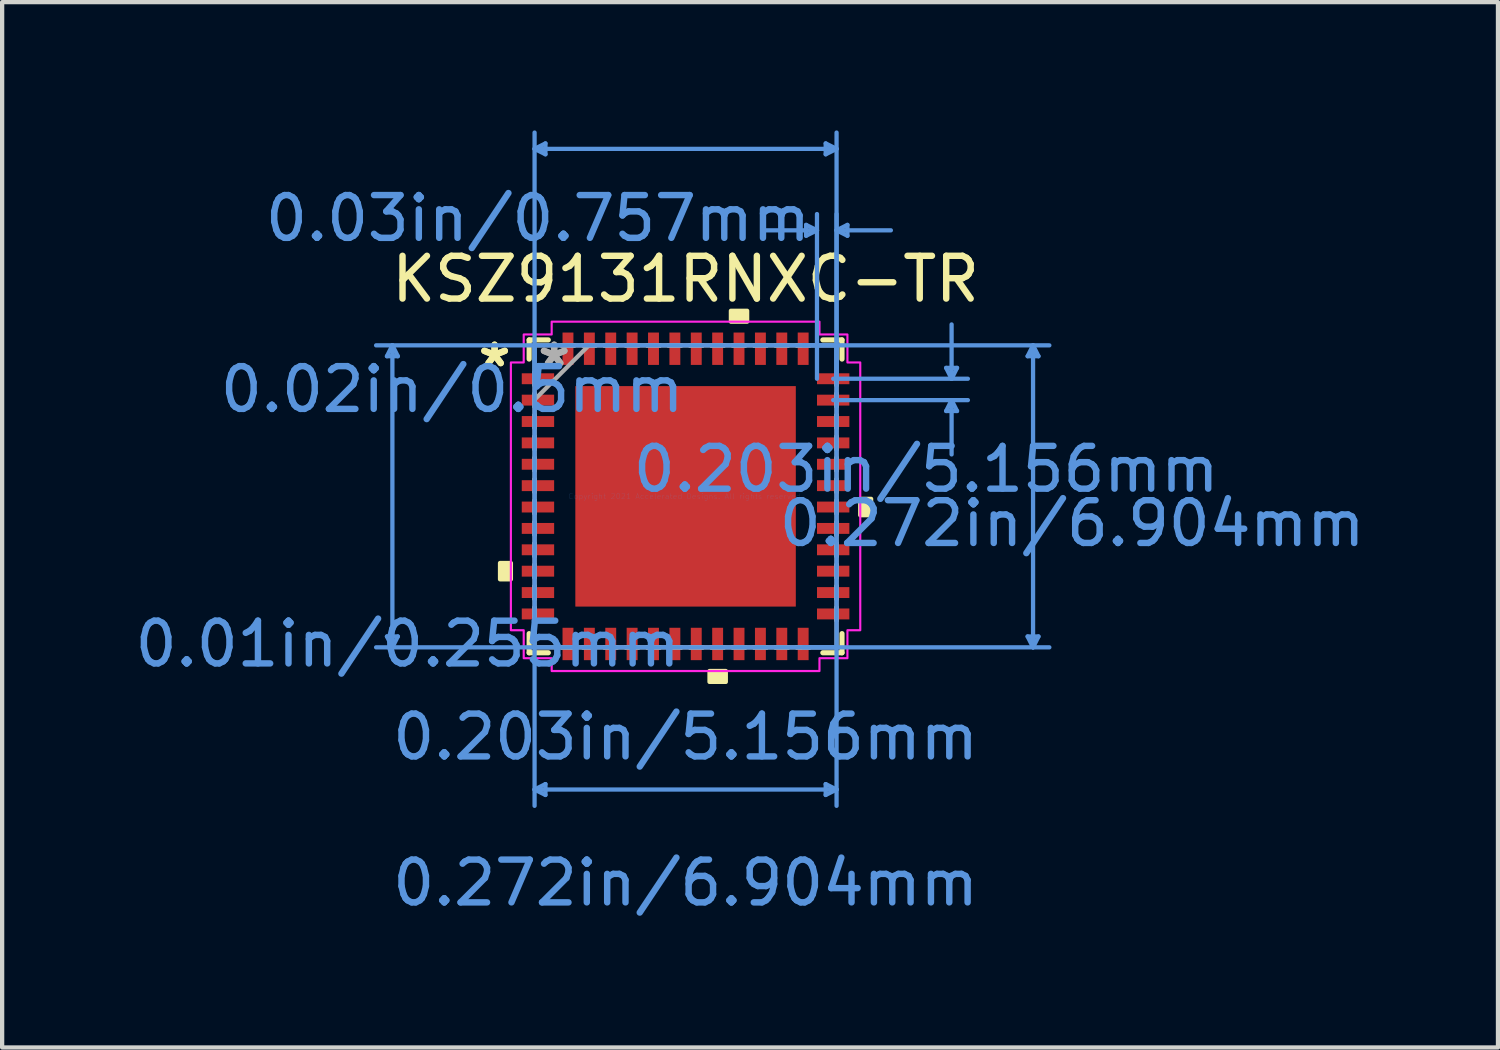
<source format=kicad_pcb>
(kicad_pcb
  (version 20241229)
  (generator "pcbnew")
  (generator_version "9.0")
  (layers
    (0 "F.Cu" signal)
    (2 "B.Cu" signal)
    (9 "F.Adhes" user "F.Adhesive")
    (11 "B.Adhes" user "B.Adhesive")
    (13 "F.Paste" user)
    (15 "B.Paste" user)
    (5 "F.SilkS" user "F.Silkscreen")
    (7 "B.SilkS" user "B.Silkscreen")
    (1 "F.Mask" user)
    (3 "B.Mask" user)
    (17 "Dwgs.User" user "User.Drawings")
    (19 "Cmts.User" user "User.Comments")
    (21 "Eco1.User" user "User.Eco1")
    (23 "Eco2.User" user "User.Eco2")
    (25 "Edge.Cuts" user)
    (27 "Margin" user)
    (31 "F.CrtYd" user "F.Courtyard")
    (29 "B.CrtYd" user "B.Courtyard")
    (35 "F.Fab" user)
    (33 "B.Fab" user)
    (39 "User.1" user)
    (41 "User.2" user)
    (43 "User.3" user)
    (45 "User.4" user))
  (footprint "KSZ9131RNXC-TR"
    (layer "F.Cu")
    (at 12.982 8.557)
    (property "Reference" "KSZ9131RNXC-TR" (at 0 -5.08 0) (layer "F.SilkS") (effects (font (size 1 1) (thickness 0.15))))
    (attr smd)
    (fp_line (start -3.658 -3.658) (end -3.658 -3.21) (stroke (width 0.12) (type solid)) (layer "F.SilkS"))
    (fp_line (start -3.658 3.21) (end -3.658 3.658) (stroke (width 0.12) (type solid)) (layer "F.SilkS"))
    (fp_line (start -3.658 3.658) (end -3.21 3.658) (stroke (width 0.12) (type solid)) (layer "F.SilkS"))
    (fp_line (start -3.21 -3.658) (end -3.658 -3.658) (stroke (width 0.12) (type solid)) (layer "F.SilkS"))
    (fp_line (start 3.21 3.658) (end 3.658 3.658) (stroke (width 0.12) (type solid)) (layer "F.SilkS"))
    (fp_line (start 3.658 -3.658) (end 3.21 -3.658) (stroke (width 0.12) (type solid)) (layer "F.SilkS"))
    (fp_line (start 3.658 -3.21) (end 3.658 -3.658) (stroke (width 0.12) (type solid)) (layer "F.SilkS"))
    (fp_line (start 3.658 3.658) (end 3.658 3.21) (stroke (width 0.12) (type solid)) (layer "F.SilkS"))
    (fp_poly (pts (xy -4.339 1.559) (xy -4.339 1.94) (xy -4.085 1.94) (xy -4.085 1.559)) (stroke (width 0.1) (type solid)) (fill yes) (layer "F.SilkS"))
    (fp_poly (pts (xy 0.56 4.085) (xy 0.56 4.339) (xy 0.941 4.339) (xy 0.941 4.085)) (stroke (width 0.1) (type solid)) (fill yes) (layer "F.SilkS"))
    (fp_poly (pts (xy 1.06 -4.085) (xy 1.06 -4.339) (xy 1.44 -4.339) (xy 1.44 -4.085)) (stroke (width 0.1) (type solid)) (fill yes) (layer "F.SilkS"))
    (fp_poly (pts (xy 4.339 0.059) (xy 4.339 0.441) (xy 4.085 0.441) (xy 4.085 0.059)) (stroke (width 0.1) (type solid)) (fill yes) (layer "F.SilkS"))
    (fp_poly (pts (xy -2.478 -2.478) (xy -2.478 -1.389) (xy -1.389 -1.389) (xy -1.389 -2.478)) (stroke (width 0.1) (type solid)) (fill yes) (layer "F.Paste"))
    (fp_poly (pts (xy -2.478 -1.189) (xy -2.478 -0.1) (xy -1.389 -0.1) (xy -1.389 -1.189)) (stroke (width 0.1) (type solid)) (fill yes) (layer "F.Paste"))
    (fp_poly (pts (xy -2.478 0.1) (xy -2.478 1.189) (xy -1.389 1.189) (xy -1.389 0.1)) (stroke (width 0.1) (type solid)) (fill yes) (layer "F.Paste"))
    (fp_poly (pts (xy -2.478 1.389) (xy -2.478 2.478) (xy -1.389 2.478) (xy -1.389 1.389)) (stroke (width 0.1) (type solid)) (fill yes) (layer "F.Paste"))
    (fp_poly (pts (xy -1.189 -2.478) (xy -1.189 -1.389) (xy -0.1 -1.389) (xy -0.1 -2.478)) (stroke (width 0.1) (type solid)) (fill yes) (layer "F.Paste"))
    (fp_poly (pts (xy -1.189 -1.189) (xy -1.189 -0.1) (xy -0.1 -0.1) (xy -0.1 -1.189)) (stroke (width 0.1) (type solid)) (fill yes) (layer "F.Paste"))
    (fp_poly (pts (xy -1.189 0.1) (xy -1.189 1.189) (xy -0.1 1.189) (xy -0.1 0.1)) (stroke (width 0.1) (type solid)) (fill yes) (layer "F.Paste"))
    (fp_poly (pts (xy -1.189 1.389) (xy -1.189 2.478) (xy -0.1 2.478) (xy -0.1 1.389)) (stroke (width 0.1) (type solid)) (fill yes) (layer "F.Paste"))
    (fp_poly (pts (xy 0.1 -2.478) (xy 0.1 -1.389) (xy 1.189 -1.389) (xy 1.189 -2.478)) (stroke (width 0.1) (type solid)) (fill yes) (layer "F.Paste"))
    (fp_poly (pts (xy 0.1 -1.189) (xy 0.1 -0.1) (xy 1.189 -0.1) (xy 1.189 -1.189)) (stroke (width 0.1) (type solid)) (fill yes) (layer "F.Paste"))
    (fp_poly (pts (xy 0.1 0.1) (xy 0.1 1.189) (xy 1.189 1.189) (xy 1.189 0.1)) (stroke (width 0.1) (type solid)) (fill yes) (layer "F.Paste"))
    (fp_poly (pts (xy 0.1 1.389) (xy 0.1 2.478) (xy 1.189 2.478) (xy 1.189 1.389)) (stroke (width 0.1) (type solid)) (fill yes) (layer "F.Paste"))
    (fp_poly (pts (xy 1.389 -2.478) (xy 1.389 -1.389) (xy 2.478 -1.389) (xy 2.478 -2.478)) (stroke (width 0.1) (type solid)) (fill yes) (layer "F.Paste"))
    (fp_poly (pts (xy 1.389 -1.189) (xy 1.389 -0.1) (xy 2.478 -0.1) (xy 2.478 -1.189)) (stroke (width 0.1) (type solid)) (fill yes) (layer "F.Paste"))
    (fp_poly (pts (xy 1.389 0.1) (xy 1.389 1.189) (xy 2.478 1.189) (xy 2.478 0.1)) (stroke (width 0.1) (type solid)) (fill yes) (layer "F.Paste"))
    (fp_poly (pts (xy 1.389 1.389) (xy 1.389 2.478) (xy 2.478 2.478) (xy 2.478 1.389)) (stroke (width 0.1) (type solid)) (fill yes) (layer "F.Paste"))
    (fp_line (start -6.983 -3.277) (end -6.729 -3.277) (stroke (width 0.1) (type solid)) (layer "Cmts.User"))
    (fp_line (start -6.983 3.277) (end -6.729 3.277) (stroke (width 0.1) (type solid)) (layer "Cmts.User"))
    (fp_line (start -6.856 -3.531) (end -6.983 -3.277) (stroke (width 0.1) (type solid)) (layer "Cmts.User"))
    (fp_line (start -6.856 -3.531) (end -6.856 3.531) (stroke (width 0.1) (type solid)) (layer "Cmts.User"))
    (fp_line (start -6.856 -3.531) (end -6.729 -3.277) (stroke (width 0.1) (type solid)) (layer "Cmts.User"))
    (fp_line (start -6.856 3.531) (end -6.983 3.277) (stroke (width 0.1) (type solid)) (layer "Cmts.User"))
    (fp_line (start -6.856 3.531) (end -6.729 3.277) (stroke (width 0.1) (type solid)) (layer "Cmts.User"))
    (fp_line (start -3.531 -8.126) (end -3.277 -8.253) (stroke (width 0.1) (type solid)) (layer "Cmts.User"))
    (fp_line (start -3.531 -8.126) (end -3.277 -7.999) (stroke (width 0.1) (type solid)) (layer "Cmts.User"))
    (fp_line (start -3.531 -8.126) (end 3.531 -8.126) (stroke (width 0.1) (type solid)) (layer "Cmts.User"))
    (fp_line (start -3.531 -3.531) (end -3.531 7.237) (stroke (width 0.1) (type solid)) (layer "Cmts.User"))
    (fp_line (start -3.531 -2.75) (end -3.531 -8.507) (stroke (width 0.1) (type solid)) (layer "Cmts.User"))
    (fp_line (start -3.531 6.856) (end -3.277 6.729) (stroke (width 0.1) (type solid)) (layer "Cmts.User"))
    (fp_line (start -3.531 6.856) (end -3.277 6.983) (stroke (width 0.1) (type solid)) (layer "Cmts.User"))
    (fp_line (start -3.531 6.856) (end 3.531 6.856) (stroke (width 0.1) (type solid)) (layer "Cmts.User"))
    (fp_line (start -3.277 -8.253) (end -3.277 -7.999) (stroke (width 0.1) (type solid)) (layer "Cmts.User"))
    (fp_line (start -3.277 6.729) (end -3.277 6.983) (stroke (width 0.1) (type solid)) (layer "Cmts.User"))
    (fp_line (start 2.75 -3.531) (end 8.507 -3.531) (stroke (width 0.1) (type solid)) (layer "Cmts.User"))
    (fp_line (start 2.75 3.531) (end 8.507 3.531) (stroke (width 0.1) (type solid)) (layer "Cmts.User"))
    (fp_line (start 2.819 -6.348) (end 2.819 -6.094) (stroke (width 0.1) (type solid)) (layer "Cmts.User"))
    (fp_line (start 3.073 -6.221) (end 1.803 -6.221) (stroke (width 0.1) (type solid)) (layer "Cmts.User"))
    (fp_line (start 3.073 -6.221) (end 2.819 -6.348) (stroke (width 0.1) (type solid)) (layer "Cmts.User"))
    (fp_line (start 3.073 -6.221) (end 2.819 -6.094) (stroke (width 0.1) (type solid)) (layer "Cmts.User"))
    (fp_line (start 3.073 -2.75) (end 3.073 -6.602) (stroke (width 0.1) (type solid)) (layer "Cmts.User"))
    (fp_line (start 3.277 -8.253) (end 3.277 -7.999) (stroke (width 0.1) (type solid)) (layer "Cmts.User"))
    (fp_line (start 3.277 6.729) (end 3.277 6.983) (stroke (width 0.1) (type solid)) (layer "Cmts.User"))
    (fp_line (start 3.452 -2.75) (end 6.602 -2.75) (stroke (width 0.1) (type solid)) (layer "Cmts.User"))
    (fp_line (start 3.452 -2.25) (end 6.602 -2.25) (stroke (width 0.1) (type solid)) (layer "Cmts.User"))
    (fp_line (start 3.531 -8.126) (end 3.277 -8.253) (stroke (width 0.1) (type solid)) (layer "Cmts.User"))
    (fp_line (start 3.531 -8.126) (end 3.277 -7.999) (stroke (width 0.1) (type solid)) (layer "Cmts.User"))
    (fp_line (start 3.531 -6.221) (end 3.785 -6.348) (stroke (width 0.1) (type solid)) (layer "Cmts.User"))
    (fp_line (start 3.531 -6.221) (end 3.785 -6.094) (stroke (width 0.1) (type solid)) (layer "Cmts.User"))
    (fp_line (start 3.531 -6.221) (end 4.801 -6.221) (stroke (width 0.1) (type solid)) (layer "Cmts.User"))
    (fp_line (start 3.531 -3.531) (end -7.237 -3.531) (stroke (width 0.1) (type solid)) (layer "Cmts.User"))
    (fp_line (start 3.531 -3.531) (end 3.531 7.237) (stroke (width 0.1) (type solid)) (layer "Cmts.User"))
    (fp_line (start 3.531 -2.75) (end 3.531 -8.507) (stroke (width 0.1) (type solid)) (layer "Cmts.User"))
    (fp_line (start 3.531 -2.75) (end 3.531 -6.602) (stroke (width 0.1) (type solid)) (layer "Cmts.User"))
    (fp_line (start 3.531 3.531) (end -7.237 3.531) (stroke (width 0.1) (type solid)) (layer "Cmts.User"))
    (fp_line (start 3.531 6.856) (end 3.277 6.729) (stroke (width 0.1) (type solid)) (layer "Cmts.User"))
    (fp_line (start 3.531 6.856) (end 3.277 6.983) (stroke (width 0.1) (type solid)) (layer "Cmts.User"))
    (fp_line (start 3.785 -6.348) (end 3.785 -6.094) (stroke (width 0.1) (type solid)) (layer "Cmts.User"))
    (fp_line (start 6.094 -3.004) (end 6.348 -3.004) (stroke (width 0.1) (type solid)) (layer "Cmts.User"))
    (fp_line (start 6.094 -1.996) (end 6.348 -1.996) (stroke (width 0.1) (type solid)) (layer "Cmts.User"))
    (fp_line (start 6.221 -2.75) (end 6.094 -3.004) (stroke (width 0.1) (type solid)) (layer "Cmts.User"))
    (fp_line (start 6.221 -2.75) (end 6.221 -4.02) (stroke (width 0.1) (type solid)) (layer "Cmts.User"))
    (fp_line (start 6.221 -2.75) (end 6.348 -3.004) (stroke (width 0.1) (type solid)) (layer "Cmts.User"))
    (fp_line (start 6.221 -2.25) (end 6.094 -1.996) (stroke (width 0.1) (type solid)) (layer "Cmts.User"))
    (fp_line (start 6.221 -2.25) (end 6.221 -0.98) (stroke (width 0.1) (type solid)) (layer "Cmts.User"))
    (fp_line (start 6.221 -2.25) (end 6.348 -1.996) (stroke (width 0.1) (type solid)) (layer "Cmts.User"))
    (fp_line (start 7.999 -3.277) (end 8.253 -3.277) (stroke (width 0.1) (type solid)) (layer "Cmts.User"))
    (fp_line (start 7.999 3.277) (end 8.253 3.277) (stroke (width 0.1) (type solid)) (layer "Cmts.User"))
    (fp_line (start 8.126 -3.531) (end 7.999 -3.277) (stroke (width 0.1) (type solid)) (layer "Cmts.User"))
    (fp_line (start 8.126 -3.531) (end 8.126 3.531) (stroke (width 0.1) (type solid)) (layer "Cmts.User"))
    (fp_line (start 8.126 -3.531) (end 8.253 -3.277) (stroke (width 0.1) (type solid)) (layer "Cmts.User"))
    (fp_line (start 8.126 3.531) (end 7.999 3.277) (stroke (width 0.1) (type solid)) (layer "Cmts.User"))
    (fp_line (start 8.126 3.531) (end 8.253 3.277) (stroke (width 0.1) (type solid)) (layer "Cmts.User"))
    (fp_poly (pts (xy -4.085 3.131) (xy -4.085 -3.131) (xy -3.785 -3.131) (xy -3.785 -3.785) (xy -3.131 -3.785) (xy -3.131 -4.085) (xy 3.131 -4.085) (xy 3.131 -3.785) (xy 3.785 -3.785) (xy 3.785 -3.131) (xy 4.085 -3.131) (xy 4.085 3.131) (xy 3.785 3.131) (xy 3.785 3.785) (xy 3.131 3.785) (xy 3.131 4.085) (xy -3.131 4.085) (xy -3.131 3.785) (xy -3.785 3.785) (xy -3.785 3.131)) (stroke (width 0.05) (type solid)) (fill no) (layer "F.CrtYd"))
    (fp_line (start -3.531 -3.531) (end -3.531 -3.531) (stroke (width 0.1) (type solid)) (layer "F.Fab"))
    (fp_line (start -3.531 -3.531) (end -3.531 3.531) (stroke (width 0.1) (type solid)) (layer "F.Fab"))
    (fp_line (start -3.531 -2.902) (end -3.531 -2.902) (stroke (width 0.1) (type solid)) (layer "F.Fab"))
    (fp_line (start -3.531 -2.902) (end -3.531 -2.598) (stroke (width 0.1) (type solid)) (layer "F.Fab"))
    (fp_line (start -3.531 -2.598) (end -3.531 -2.902) (stroke (width 0.1) (type solid)) (layer "F.Fab"))
    (fp_line (start -3.531 -2.598) (end -3.531 -2.598) (stroke (width 0.1) (type solid)) (layer "F.Fab"))
    (fp_line (start -3.531 -2.402) (end -3.531 -2.402) (stroke (width 0.1) (type solid)) (layer "F.Fab"))
    (fp_line (start -3.531 -2.402) (end -3.531 -2.098) (stroke (width 0.1) (type solid)) (layer "F.Fab"))
    (fp_line (start -3.531 -2.261) (end -2.261 -3.531) (stroke (width 0.1) (type solid)) (layer "F.Fab"))
    (fp_line (start -3.531 -2.098) (end -3.531 -2.402) (stroke (width 0.1) (type solid)) (layer "F.Fab"))
    (fp_line (start -3.531 -2.098) (end -3.531 -2.098) (stroke (width 0.1) (type solid)) (layer "F.Fab"))
    (fp_line (start -3.531 -1.902) (end -3.531 -1.902) (stroke (width 0.1) (type solid)) (layer "F.Fab"))
    (fp_line (start -3.531 -1.902) (end -3.531 -1.598) (stroke (width 0.1) (type solid)) (layer "F.Fab"))
    (fp_line (start -3.531 -1.598) (end -3.531 -1.902) (stroke (width 0.1) (type solid)) (layer "F.Fab"))
    (fp_line (start -3.531 -1.598) (end -3.531 -1.598) (stroke (width 0.1) (type solid)) (layer "F.Fab"))
    (fp_line (start -3.531 -1.402) (end -3.531 -1.402) (stroke (width 0.1) (type solid)) (layer "F.Fab"))
    (fp_line (start -3.531 -1.402) (end -3.531 -1.098) (stroke (width 0.1) (type solid)) (layer "F.Fab"))
    (fp_line (start -3.531 -1.098) (end -3.531 -1.402) (stroke (width 0.1) (type solid)) (layer "F.Fab"))
    (fp_line (start -3.531 -1.098) (end -3.531 -1.098) (stroke (width 0.1) (type solid)) (layer "F.Fab"))
    (fp_line (start -3.531 -0.902) (end -3.531 -0.902) (stroke (width 0.1) (type solid)) (layer "F.Fab"))
    (fp_line (start -3.531 -0.902) (end -3.531 -0.598) (stroke (width 0.1) (type solid)) (layer "F.Fab"))
    (fp_line (start -3.531 -0.598) (end -3.531 -0.902) (stroke (width 0.1) (type solid)) (layer "F.Fab"))
    (fp_line (start -3.531 -0.598) (end -3.531 -0.598) (stroke (width 0.1) (type solid)) (layer "F.Fab"))
    (fp_line (start -3.531 -0.402) (end -3.531 -0.402) (stroke (width 0.1) (type solid)) (layer "F.Fab"))
    (fp_line (start -3.531 -0.402) (end -3.531 -0.098) (stroke (width 0.1) (type solid)) (layer "F.Fab"))
    (fp_line (start -3.531 -0.098) (end -3.531 -0.402) (stroke (width 0.1) (type solid)) (layer "F.Fab"))
    (fp_line (start -3.531 -0.098) (end -3.531 -0.098) (stroke (width 0.1) (type solid)) (layer "F.Fab"))
    (fp_line (start -3.531 0.098) (end -3.531 0.098) (stroke (width 0.1) (type solid)) (layer "F.Fab"))
    (fp_line (start -3.531 0.098) (end -3.531 0.402) (stroke (width 0.1) (type solid)) (layer "F.Fab"))
    (fp_line (start -3.531 0.402) (end -3.531 0.098) (stroke (width 0.1) (type solid)) (layer "F.Fab"))
    (fp_line (start -3.531 0.402) (end -3.531 0.402) (stroke (width 0.1) (type solid)) (layer "F.Fab"))
    (fp_line (start -3.531 0.598) (end -3.531 0.598) (stroke (width 0.1) (type solid)) (layer "F.Fab"))
    (fp_line (start -3.531 0.598) (end -3.531 0.902) (stroke (width 0.1) (type solid)) (layer "F.Fab"))
    (fp_line (start -3.531 0.902) (end -3.531 0.598) (stroke (width 0.1) (type solid)) (layer "F.Fab"))
    (fp_line (start -3.531 0.902) (end -3.531 0.902) (stroke (width 0.1) (type solid)) (layer "F.Fab"))
    (fp_line (start -3.531 1.098) (end -3.531 1.098) (stroke (width 0.1) (type solid)) (layer "F.Fab"))
    (fp_line (start -3.531 1.098) (end -3.531 1.402) (stroke (width 0.1) (type solid)) (layer "F.Fab"))
    (fp_line (start -3.531 1.402) (end -3.531 1.098) (stroke (width 0.1) (type solid)) (layer "F.Fab"))
    (fp_line (start -3.531 1.402) (end -3.531 1.402) (stroke (width 0.1) (type solid)) (layer "F.Fab"))
    (fp_line (start -3.531 1.598) (end -3.531 1.598) (stroke (width 0.1) (type solid)) (layer "F.Fab"))
    (fp_line (start -3.531 1.598) (end -3.531 1.902) (stroke (width 0.1) (type solid)) (layer "F.Fab"))
    (fp_line (start -3.531 1.902) (end -3.531 1.598) (stroke (width 0.1) (type solid)) (layer "F.Fab"))
    (fp_line (start -3.531 1.902) (end -3.531 1.902) (stroke (width 0.1) (type solid)) (layer "F.Fab"))
    (fp_line (start -3.531 2.098) (end -3.531 2.098) (stroke (width 0.1) (type solid)) (layer "F.Fab"))
    (fp_line (start -3.531 2.098) (end -3.531 2.402) (stroke (width 0.1) (type solid)) (layer "F.Fab"))
    (fp_line (start -3.531 2.402) (end -3.531 2.098) (stroke (width 0.1) (type solid)) (layer "F.Fab"))
    (fp_line (start -3.531 2.402) (end -3.531 2.402) (stroke (width 0.1) (type solid)) (layer "F.Fab"))
    (fp_line (start -3.531 2.598) (end -3.531 2.598) (stroke (width 0.1) (type solid)) (layer "F.Fab"))
    (fp_line (start -3.531 2.598) (end -3.531 2.902) (stroke (width 0.1) (type solid)) (layer "F.Fab"))
    (fp_line (start -3.531 2.902) (end -3.531 2.598) (stroke (width 0.1) (type solid)) (layer "F.Fab"))
    (fp_line (start -3.531 2.902) (end -3.531 2.902) (stroke (width 0.1) (type solid)) (layer "F.Fab"))
    (fp_line (start -3.531 3.531) (end -3.531 3.531) (stroke (width 0.1) (type solid)) (layer "F.Fab"))
    (fp_line (start -3.531 3.531) (end 3.531 3.531) (stroke (width 0.1) (type solid)) (layer "F.Fab"))
    (fp_line (start -2.902 -3.531) (end -2.902 -3.531) (stroke (width 0.1) (type solid)) (layer "F.Fab"))
    (fp_line (start -2.902 -3.531) (end -2.598 -3.531) (stroke (width 0.1) (type solid)) (layer "F.Fab"))
    (fp_line (start -2.902 3.531) (end -2.902 3.531) (stroke (width 0.1) (type solid)) (layer "F.Fab"))
    (fp_line (start -2.902 3.531) (end -2.598 3.531) (stroke (width 0.1) (type solid)) (layer "F.Fab"))
    (fp_line (start -2.598 -3.531) (end -2.902 -3.531) (stroke (width 0.1) (type solid)) (layer "F.Fab"))
    (fp_line (start -2.598 -3.531) (end -2.598 -3.531) (stroke (width 0.1) (type solid)) (layer "F.Fab"))
    (fp_line (start -2.598 3.531) (end -2.902 3.531) (stroke (width 0.1) (type solid)) (layer "F.Fab"))
    (fp_line (start -2.598 3.531) (end -2.598 3.531) (stroke (width 0.1) (type solid)) (layer "F.Fab"))
    (fp_line (start -2.402 -3.531) (end -2.402 -3.531) (stroke (width 0.1) (type solid)) (layer "F.Fab"))
    (fp_line (start -2.402 -3.531) (end -2.098 -3.531) (stroke (width 0.1) (type solid)) (layer "F.Fab"))
    (fp_line (start -2.402 3.531) (end -2.402 3.531) (stroke (width 0.1) (type solid)) (layer "F.Fab"))
    (fp_line (start -2.402 3.531) (end -2.098 3.531) (stroke (width 0.1) (type solid)) (layer "F.Fab"))
    (fp_line (start -2.098 -3.531) (end -2.402 -3.531) (stroke (width 0.1) (type solid)) (layer "F.Fab"))
    (fp_line (start -2.098 -3.531) (end -2.098 -3.531) (stroke (width 0.1) (type solid)) (layer "F.Fab"))
    (fp_line (start -2.098 3.531) (end -2.402 3.531) (stroke (width 0.1) (type solid)) (layer "F.Fab"))
    (fp_line (start -2.098 3.531) (end -2.098 3.531) (stroke (width 0.1) (type solid)) (layer "F.Fab"))
    (fp_line (start -1.902 -3.531) (end -1.902 -3.531) (stroke (width 0.1) (type solid)) (layer "F.Fab"))
    (fp_line (start -1.902 -3.531) (end -1.598 -3.531) (stroke (width 0.1) (type solid)) (layer "F.Fab"))
    (fp_line (start -1.902 3.531) (end -1.902 3.531) (stroke (width 0.1) (type solid)) (layer "F.Fab"))
    (fp_line (start -1.902 3.531) (end -1.598 3.531) (stroke (width 0.1) (type solid)) (layer "F.Fab"))
    (fp_line (start -1.598 -3.531) (end -1.902 -3.531) (stroke (width 0.1) (type solid)) (layer "F.Fab"))
    (fp_line (start -1.598 -3.531) (end -1.598 -3.531) (stroke (width 0.1) (type solid)) (layer "F.Fab"))
    (fp_line (start -1.598 3.531) (end -1.902 3.531) (stroke (width 0.1) (type solid)) (layer "F.Fab"))
    (fp_line (start -1.598 3.531) (end -1.598 3.531) (stroke (width 0.1) (type solid)) (layer "F.Fab"))
    (fp_line (start -1.402 -3.531) (end -1.402 -3.531) (stroke (width 0.1) (type solid)) (layer "F.Fab"))
    (fp_line (start -1.402 -3.531) (end -1.098 -3.531) (stroke (width 0.1) (type solid)) (layer "F.Fab"))
    (fp_line (start -1.402 3.531) (end -1.402 3.531) (stroke (width 0.1) (type solid)) (layer "F.Fab"))
    (fp_line (start -1.402 3.531) (end -1.098 3.531) (stroke (width 0.1) (type solid)) (layer "F.Fab"))
    (fp_line (start -1.098 -3.531) (end -1.402 -3.531) (stroke (width 0.1) (type solid)) (layer "F.Fab"))
    (fp_line (start -1.098 -3.531) (end -1.098 -3.531) (stroke (width 0.1) (type solid)) (layer "F.Fab"))
    (fp_line (start -1.098 3.531) (end -1.402 3.531) (stroke (width 0.1) (type solid)) (layer "F.Fab"))
    (fp_line (start -1.098 3.531) (end -1.098 3.531) (stroke (width 0.1) (type solid)) (layer "F.Fab"))
    (fp_line (start -0.902 -3.531) (end -0.902 -3.531) (stroke (width 0.1) (type solid)) (layer "F.Fab"))
    (fp_line (start -0.902 -3.531) (end -0.598 -3.531) (stroke (width 0.1) (type solid)) (layer "F.Fab"))
    (fp_line (start -0.902 3.531) (end -0.902 3.531) (stroke (width 0.1) (type solid)) (layer "F.Fab"))
    (fp_line (start -0.902 3.531) (end -0.598 3.531) (stroke (width 0.1) (type solid)) (layer "F.Fab"))
    (fp_line (start -0.598 -3.531) (end -0.902 -3.531) (stroke (width 0.1) (type solid)) (layer "F.Fab"))
    (fp_line (start -0.598 -3.531) (end -0.598 -3.531) (stroke (width 0.1) (type solid)) (layer "F.Fab"))
    (fp_line (start -0.598 3.531) (end -0.902 3.531) (stroke (width 0.1) (type solid)) (layer "F.Fab"))
    (fp_line (start -0.598 3.531) (end -0.598 3.531) (stroke (width 0.1) (type solid)) (layer "F.Fab"))
    (fp_line (start -0.402 -3.531) (end -0.402 -3.531) (stroke (width 0.1) (type solid)) (layer "F.Fab"))
    (fp_line (start -0.402 -3.531) (end -0.098 -3.531) (stroke (width 0.1) (type solid)) (layer "F.Fab"))
    (fp_line (start -0.402 3.531) (end -0.402 3.531) (stroke (width 0.1) (type solid)) (layer "F.Fab"))
    (fp_line (start -0.402 3.531) (end -0.098 3.531) (stroke (width 0.1) (type solid)) (layer "F.Fab"))
    (fp_line (start -0.098 -3.531) (end -0.402 -3.531) (stroke (width 0.1) (type solid)) (layer "F.Fab"))
    (fp_line (start -0.098 -3.531) (end -0.098 -3.531) (stroke (width 0.1) (type solid)) (layer "F.Fab"))
    (fp_line (start -0.098 3.531) (end -0.402 3.531) (stroke (width 0.1) (type solid)) (layer "F.Fab"))
    (fp_line (start -0.098 3.531) (end -0.098 3.531) (stroke (width 0.1) (type solid)) (layer "F.Fab"))
    (fp_line (start 0.098 -3.531) (end 0.098 -3.531) (stroke (width 0.1) (type solid)) (layer "F.Fab"))
    (fp_line (start 0.098 -3.531) (end 0.402 -3.531) (stroke (width 0.1) (type solid)) (layer "F.Fab"))
    (fp_line (start 0.098 3.531) (end 0.098 3.531) (stroke (width 0.1) (type solid)) (layer "F.Fab"))
    (fp_line (start 0.098 3.531) (end 0.402 3.531) (stroke (width 0.1) (type solid)) (layer "F.Fab"))
    (fp_line (start 0.402 -3.531) (end 0.098 -3.531) (stroke (width 0.1) (type solid)) (layer "F.Fab"))
    (fp_line (start 0.402 -3.531) (end 0.402 -3.531) (stroke (width 0.1) (type solid)) (layer "F.Fab"))
    (fp_line (start 0.402 3.531) (end 0.098 3.531) (stroke (width 0.1) (type solid)) (layer "F.Fab"))
    (fp_line (start 0.402 3.531) (end 0.402 3.531) (stroke (width 0.1) (type solid)) (layer "F.Fab"))
    (fp_line (start 0.598 -3.531) (end 0.598 -3.531) (stroke (width 0.1) (type solid)) (layer "F.Fab"))
    (fp_line (start 0.598 -3.531) (end 0.902 -3.531) (stroke (width 0.1) (type solid)) (layer "F.Fab"))
    (fp_line (start 0.598 3.531) (end 0.598 3.531) (stroke (width 0.1) (type solid)) (layer "F.Fab"))
    (fp_line (start 0.598 3.531) (end 0.902 3.531) (stroke (width 0.1) (type solid)) (layer "F.Fab"))
    (fp_line (start 0.902 -3.531) (end 0.598 -3.531) (stroke (width 0.1) (type solid)) (layer "F.Fab"))
    (fp_line (start 0.902 -3.531) (end 0.902 -3.531) (stroke (width 0.1) (type solid)) (layer "F.Fab"))
    (fp_line (start 0.902 3.531) (end 0.598 3.531) (stroke (width 0.1) (type solid)) (layer "F.Fab"))
    (fp_line (start 0.902 3.531) (end 0.902 3.531) (stroke (width 0.1) (type solid)) (layer "F.Fab"))
    (fp_line (start 1.098 -3.531) (end 1.098 -3.531) (stroke (width 0.1) (type solid)) (layer "F.Fab"))
    (fp_line (start 1.098 -3.531) (end 1.402 -3.531) (stroke (width 0.1) (type solid)) (layer "F.Fab"))
    (fp_line (start 1.098 3.531) (end 1.098 3.531) (stroke (width 0.1) (type solid)) (layer "F.Fab"))
    (fp_line (start 1.098 3.531) (end 1.402 3.531) (stroke (width 0.1) (type solid)) (layer "F.Fab"))
    (fp_line (start 1.402 -3.531) (end 1.098 -3.531) (stroke (width 0.1) (type solid)) (layer "F.Fab"))
    (fp_line (start 1.402 -3.531) (end 1.402 -3.531) (stroke (width 0.1) (type solid)) (layer "F.Fab"))
    (fp_line (start 1.402 3.531) (end 1.098 3.531) (stroke (width 0.1) (type solid)) (layer "F.Fab"))
    (fp_line (start 1.402 3.531) (end 1.402 3.531) (stroke (width 0.1) (type solid)) (layer "F.Fab"))
    (fp_line (start 1.598 -3.531) (end 1.598 -3.531) (stroke (width 0.1) (type solid)) (layer "F.Fab"))
    (fp_line (start 1.598 -3.531) (end 1.902 -3.531) (stroke (width 0.1) (type solid)) (layer "F.Fab"))
    (fp_line (start 1.598 3.531) (end 1.598 3.531) (stroke (width 0.1) (type solid)) (layer "F.Fab"))
    (fp_line (start 1.598 3.531) (end 1.902 3.531) (stroke (width 0.1) (type solid)) (layer "F.Fab"))
    (fp_line (start 1.902 -3.531) (end 1.598 -3.531) (stroke (width 0.1) (type solid)) (layer "F.Fab"))
    (fp_line (start 1.902 -3.531) (end 1.902 -3.531) (stroke (width 0.1) (type solid)) (layer "F.Fab"))
    (fp_line (start 1.902 3.531) (end 1.598 3.531) (stroke (width 0.1) (type solid)) (layer "F.Fab"))
    (fp_line (start 1.902 3.531) (end 1.902 3.531) (stroke (width 0.1) (type solid)) (layer "F.Fab"))
    (fp_line (start 2.098 -3.531) (end 2.098 -3.531) (stroke (width 0.1) (type solid)) (layer "F.Fab"))
    (fp_line (start 2.098 -3.531) (end 2.402 -3.531) (stroke (width 0.1) (type solid)) (layer "F.Fab"))
    (fp_line (start 2.098 3.531) (end 2.098 3.531) (stroke (width 0.1) (type solid)) (layer "F.Fab"))
    (fp_line (start 2.098 3.531) (end 2.402 3.531) (stroke (width 0.1) (type solid)) (layer "F.Fab"))
    (fp_line (start 2.402 -3.531) (end 2.098 -3.531) (stroke (width 0.1) (type solid)) (layer "F.Fab"))
    (fp_line (start 2.402 -3.531) (end 2.402 -3.531) (stroke (width 0.1) (type solid)) (layer "F.Fab"))
    (fp_line (start 2.402 3.531) (end 2.098 3.531) (stroke (width 0.1) (type solid)) (layer "F.Fab"))
    (fp_line (start 2.402 3.531) (end 2.402 3.531) (stroke (width 0.1) (type solid)) (layer "F.Fab"))
    (fp_line (start 2.598 -3.531) (end 2.598 -3.531) (stroke (width 0.1) (type solid)) (layer "F.Fab"))
    (fp_line (start 2.598 -3.531) (end 2.902 -3.531) (stroke (width 0.1) (type solid)) (layer "F.Fab"))
    (fp_line (start 2.598 3.531) (end 2.598 3.531) (stroke (width 0.1) (type solid)) (layer "F.Fab"))
    (fp_line (start 2.598 3.531) (end 2.902 3.531) (stroke (width 0.1) (type solid)) (layer "F.Fab"))
    (fp_line (start 2.902 -3.531) (end 2.598 -3.531) (stroke (width 0.1) (type solid)) (layer "F.Fab"))
    (fp_line (start 2.902 -3.531) (end 2.902 -3.531) (stroke (width 0.1) (type solid)) (layer "F.Fab"))
    (fp_line (start 2.902 3.531) (end 2.598 3.531) (stroke (width 0.1) (type solid)) (layer "F.Fab"))
    (fp_line (start 2.902 3.531) (end 2.902 3.531) (stroke (width 0.1) (type solid)) (layer "F.Fab"))
    (fp_line (start 3.531 -3.531) (end -3.531 -3.531) (stroke (width 0.1) (type solid)) (layer "F.Fab"))
    (fp_line (start 3.531 -3.531) (end 3.531 -3.531) (stroke (width 0.1) (type solid)) (layer "F.Fab"))
    (fp_line (start 3.531 -2.902) (end 3.531 -2.902) (stroke (width 0.1) (type solid)) (layer "F.Fab"))
    (fp_line (start 3.531 -2.902) (end 3.531 -2.598) (stroke (width 0.1) (type solid)) (layer "F.Fab"))
    (fp_line (start 3.531 -2.598) (end 3.531 -2.902) (stroke (width 0.1) (type solid)) (layer "F.Fab"))
    (fp_line (start 3.531 -2.598) (end 3.531 -2.598) (stroke (width 0.1) (type solid)) (layer "F.Fab"))
    (fp_line (start 3.531 -2.402) (end 3.531 -2.402) (stroke (width 0.1) (type solid)) (layer "F.Fab"))
    (fp_line (start 3.531 -2.402) (end 3.531 -2.098) (stroke (width 0.1) (type solid)) (layer "F.Fab"))
    (fp_line (start 3.531 -2.098) (end 3.531 -2.402) (stroke (width 0.1) (type solid)) (layer "F.Fab"))
    (fp_line (start 3.531 -2.098) (end 3.531 -2.098) (stroke (width 0.1) (type solid)) (layer "F.Fab"))
    (fp_line (start 3.531 -1.902) (end 3.531 -1.902) (stroke (width 0.1) (type solid)) (layer "F.Fab"))
    (fp_line (start 3.531 -1.902) (end 3.531 -1.598) (stroke (width 0.1) (type solid)) (layer "F.Fab"))
    (fp_line (start 3.531 -1.598) (end 3.531 -1.902) (stroke (width 0.1) (type solid)) (layer "F.Fab"))
    (fp_line (start 3.531 -1.598) (end 3.531 -1.598) (stroke (width 0.1) (type solid)) (layer "F.Fab"))
    (fp_line (start 3.531 -1.402) (end 3.531 -1.402) (stroke (width 0.1) (type solid)) (layer "F.Fab"))
    (fp_line (start 3.531 -1.402) (end 3.531 -1.098) (stroke (width 0.1) (type solid)) (layer "F.Fab"))
    (fp_line (start 3.531 -1.098) (end 3.531 -1.402) (stroke (width 0.1) (type solid)) (layer "F.Fab"))
    (fp_line (start 3.531 -1.098) (end 3.531 -1.098) (stroke (width 0.1) (type solid)) (layer "F.Fab"))
    (fp_line (start 3.531 -0.902) (end 3.531 -0.902) (stroke (width 0.1) (type solid)) (layer "F.Fab"))
    (fp_line (start 3.531 -0.902) (end 3.531 -0.598) (stroke (width 0.1) (type solid)) (layer "F.Fab"))
    (fp_line (start 3.531 -0.598) (end 3.531 -0.902) (stroke (width 0.1) (type solid)) (layer "F.Fab"))
    (fp_line (start 3.531 -0.598) (end 3.531 -0.598) (stroke (width 0.1) (type solid)) (layer "F.Fab"))
    (fp_line (start 3.531 -0.402) (end 3.531 -0.402) (stroke (width 0.1) (type solid)) (layer "F.Fab"))
    (fp_line (start 3.531 -0.402) (end 3.531 -0.098) (stroke (width 0.1) (type solid)) (layer "F.Fab"))
    (fp_line (start 3.531 -0.098) (end 3.531 -0.402) (stroke (width 0.1) (type solid)) (layer "F.Fab"))
    (fp_line (start 3.531 -0.098) (end 3.531 -0.098) (stroke (width 0.1) (type solid)) (layer "F.Fab"))
    (fp_line (start 3.531 0.098) (end 3.531 0.098) (stroke (width 0.1) (type solid)) (layer "F.Fab"))
    (fp_line (start 3.531 0.098) (end 3.531 0.402) (stroke (width 0.1) (type solid)) (layer "F.Fab"))
    (fp_line (start 3.531 0.402) (end 3.531 0.098) (stroke (width 0.1) (type solid)) (layer "F.Fab"))
    (fp_line (start 3.531 0.402) (end 3.531 0.402) (stroke (width 0.1) (type solid)) (layer "F.Fab"))
    (fp_line (start 3.531 0.598) (end 3.531 0.598) (stroke (width 0.1) (type solid)) (layer "F.Fab"))
    (fp_line (start 3.531 0.598) (end 3.531 0.902) (stroke (width 0.1) (type solid)) (layer "F.Fab"))
    (fp_line (start 3.531 0.902) (end 3.531 0.598) (stroke (width 0.1) (type solid)) (layer "F.Fab"))
    (fp_line (start 3.531 0.902) (end 3.531 0.902) (stroke (width 0.1) (type solid)) (layer "F.Fab"))
    (fp_line (start 3.531 1.098) (end 3.531 1.098) (stroke (width 0.1) (type solid)) (layer "F.Fab"))
    (fp_line (start 3.531 1.098) (end 3.531 1.402) (stroke (width 0.1) (type solid)) (layer "F.Fab"))
    (fp_line (start 3.531 1.402) (end 3.531 1.098) (stroke (width 0.1) (type solid)) (layer "F.Fab"))
    (fp_line (start 3.531 1.402) (end 3.531 1.402) (stroke (width 0.1) (type solid)) (layer "F.Fab"))
    (fp_line (start 3.531 1.598) (end 3.531 1.598) (stroke (width 0.1) (type solid)) (layer "F.Fab"))
    (fp_line (start 3.531 1.598) (end 3.531 1.902) (stroke (width 0.1) (type solid)) (layer "F.Fab"))
    (fp_line (start 3.531 1.902) (end 3.531 1.598) (stroke (width 0.1) (type solid)) (layer "F.Fab"))
    (fp_line (start 3.531 1.902) (end 3.531 1.902) (stroke (width 0.1) (type solid)) (layer "F.Fab"))
    (fp_line (start 3.531 2.098) (end 3.531 2.098) (stroke (width 0.1) (type solid)) (layer "F.Fab"))
    (fp_line (start 3.531 2.098) (end 3.531 2.402) (stroke (width 0.1) (type solid)) (layer "F.Fab"))
    (fp_line (start 3.531 2.402) (end 3.531 2.098) (stroke (width 0.1) (type solid)) (layer "F.Fab"))
    (fp_line (start 3.531 2.402) (end 3.531 2.402) (stroke (width 0.1) (type solid)) (layer "F.Fab"))
    (fp_line (start 3.531 2.598) (end 3.531 2.598) (stroke (width 0.1) (type solid)) (layer "F.Fab"))
    (fp_line (start 3.531 2.598) (end 3.531 2.902) (stroke (width 0.1) (type solid)) (layer "F.Fab"))
    (fp_line (start 3.531 2.902) (end 3.531 2.598) (stroke (width 0.1) (type solid)) (layer "F.Fab"))
    (fp_line (start 3.531 2.902) (end 3.531 2.902) (stroke (width 0.1) (type solid)) (layer "F.Fab"))
    (fp_line (start 3.531 3.531) (end 3.531 -3.531) (stroke (width 0.1) (type solid)) (layer "F.Fab"))
    (fp_line (start 3.531 3.531) (end 3.531 3.531) (stroke (width 0.1) (type solid)) (layer "F.Fab"))
    (fp_text user "*" (at -4.466 -3 0) (layer "F.SilkS") (effects (font (size 1 1) (thickness 0.15))))
    (fp_text user "*" (at -4.466 -3 0) (layer "F.SilkS") (effects (font (size 1 1) (thickness 0.15))))
    (fp_text user "Copyright 2021 Accelerated Designs. All rights reserved." (at 0 0 0) (layer "Cmts.User") (effects (font (size 0.127 0.127) (thickness 0.002))))
    (fp_text user "0.203in/5.156mm" (at 0 5.626 0) (layer "Cmts.User") (effects (font (size 1 1) (thickness 0.15))))
    (fp_text user "0.02in/0.5mm" (at -5.459 -2.5 0) (layer "Cmts.User") (effects (font (size 1 1) (thickness 0.15))))
    (fp_text user "0.01in/0.255mm" (at -6.5 3.452 0) (layer "Cmts.User") (effects (font (size 1 1) (thickness 0.15))))
    (fp_text user "0.272in/6.904mm" (at 9.04 0.635 0) (layer "Cmts.User") (effects (font (size 1 1) (thickness 0.15))))
    (fp_text user "0.03in/0.757mm" (at -3.452 -6.5 0) (layer "Cmts.User") (effects (font (size 1 1) (thickness 0.15))))
    (fp_text user "0.203in/5.156mm" (at 5.626 -0.635 0) (layer "Cmts.User") (effects (font (size 1 1) (thickness 0.15))))
    (fp_text user "0.272in/6.904mm" (at 0 9.04 0) (layer "Cmts.User") (effects (font (size 1 1) (thickness 0.15))))
    (fp_text user "*" (at -3.073 -3 0) (layer "F.Fab") (effects (font (size 1 1) (thickness 0.15))))
    (fp_text user "*" (at -3.073 -3 0) (layer "F.Fab") (effects (font (size 1 1) (thickness 0.15))))
    (pad "1" smd rect (at -3.452 -2.75 90) (size 0.255 0.757) (layers "F.Cu" "F.Mask" "F.Paste"))
    (pad "2" smd rect (at -3.452 -2.25 90) (size 0.255 0.757) (layers "F.Cu" "F.Mask" "F.Paste"))
    (pad "3" smd rect (at -3.452 -1.75 90) (size 0.255 0.757) (layers "F.Cu" "F.Mask" "F.Paste"))
    (pad "4" smd rect (at -3.452 -1.25 90) (size 0.255 0.757) (layers "F.Cu" "F.Mask" "F.Paste"))
    (pad "5" smd rect (at -3.452 -0.75 90) (size 0.255 0.757) (layers "F.Cu" "F.Mask" "F.Paste"))
    (pad "6" smd rect (at -3.452 -0.25 90) (size 0.255 0.757) (layers "F.Cu" "F.Mask" "F.Paste"))
    (pad "7" smd rect (at -3.452 0.25 90) (size 0.255 0.757) (layers "F.Cu" "F.Mask" "F.Paste"))
    (pad "8" smd rect (at -3.452 0.75 90) (size 0.255 0.757) (layers "F.Cu" "F.Mask" "F.Paste"))
    (pad "9" smd rect (at -3.452 1.25 90) (size 0.255 0.757) (layers "F.Cu" "F.Mask" "F.Paste"))
    (pad "10" smd rect (at -3.452 1.75 90) (size 0.255 0.757) (layers "F.Cu" "F.Mask" "F.Paste"))
    (pad "11" smd rect (at -3.452 2.25 90) (size 0.255 0.757) (layers "F.Cu" "F.Mask" "F.Paste"))
    (pad "12" smd rect (at -3.452 2.75 90) (size 0.255 0.757) (layers "F.Cu" "F.Mask" "F.Paste"))
    (pad "13" smd rect (at -2.75 3.452) (size 0.255 0.757) (layers "F.Cu" "F.Mask" "F.Paste"))
    (pad "14" smd rect (at -2.25 3.452) (size 0.255 0.757) (layers "F.Cu" "F.Mask" "F.Paste"))
    (pad "15" smd rect (at -1.75 3.452) (size 0.255 0.757) (layers "F.Cu" "F.Mask" "F.Paste"))
    (pad "16" smd rect (at -1.25 3.452) (size 0.255 0.757) (layers "F.Cu" "F.Mask" "F.Paste"))
    (pad "17" smd rect (at -0.75 3.452) (size 0.255 0.757) (layers "F.Cu" "F.Mask" "F.Paste"))
    (pad "18" smd rect (at -0.25 3.452) (size 0.255 0.757) (layers "F.Cu" "F.Mask" "F.Paste"))
    (pad "19" smd rect (at 0.25 3.452) (size 0.255 0.757) (layers "F.Cu" "F.Mask" "F.Paste"))
    (pad "20" smd rect (at 0.75 3.452) (size 0.255 0.757) (layers "F.Cu" "F.Mask" "F.Paste"))
    (pad "21" smd rect (at 1.25 3.452) (size 0.255 0.757) (layers "F.Cu" "F.Mask" "F.Paste"))
    (pad "22" smd rect (at 1.75 3.452) (size 0.255 0.757) (layers "F.Cu" "F.Mask" "F.Paste"))
    (pad "23" smd rect (at 2.25 3.452) (size 0.255 0.757) (layers "F.Cu" "F.Mask" "F.Paste"))
    (pad "24" smd rect (at 2.75 3.452) (size 0.255 0.757) (layers "F.Cu" "F.Mask" "F.Paste"))
    (pad "25" smd rect (at 3.452 2.75 90) (size 0.255 0.757) (layers "F.Cu" "F.Mask" "F.Paste"))
    (pad "26" smd rect (at 3.452 2.25 90) (size 0.255 0.757) (layers "F.Cu" "F.Mask" "F.Paste"))
    (pad "27" smd rect (at 3.452 1.75 90) (size 0.255 0.757) (layers "F.Cu" "F.Mask" "F.Paste"))
    (pad "28" smd rect (at 3.452 1.25 90) (size 0.255 0.757) (layers "F.Cu" "F.Mask" "F.Paste"))
    (pad "29" smd rect (at 3.452 0.75 90) (size 0.255 0.757) (layers "F.Cu" "F.Mask" "F.Paste"))
    (pad "30" smd rect (at 3.452 0.25 90) (size 0.255 0.757) (layers "F.Cu" "F.Mask" "F.Paste"))
    (pad "31" smd rect (at 3.452 -0.25 90) (size 0.255 0.757) (layers "F.Cu" "F.Mask" "F.Paste"))
    (pad "32" smd rect (at 3.452 -0.75 90) (size 0.255 0.757) (layers "F.Cu" "F.Mask" "F.Paste"))
    (pad "33" smd rect (at 3.452 -1.25 90) (size 0.255 0.757) (layers "F.Cu" "F.Mask" "F.Paste"))
    (pad "34" smd rect (at 3.452 -1.75 90) (size 0.255 0.757) (layers "F.Cu" "F.Mask" "F.Paste"))
    (pad "35" smd rect (at 3.452 -2.25 90) (size 0.255 0.757) (layers "F.Cu" "F.Mask" "F.Paste"))
    (pad "36" smd rect (at 3.452 -2.75 90) (size 0.255 0.757) (layers "F.Cu" "F.Mask" "F.Paste"))
    (pad "37" smd rect (at 2.75 -3.452) (size 0.255 0.757) (layers "F.Cu" "F.Mask" "F.Paste"))
    (pad "38" smd rect (at 2.25 -3.452) (size 0.255 0.757) (layers "F.Cu" "F.Mask" "F.Paste"))
    (pad "39" smd rect (at 1.75 -3.452) (size 0.255 0.757) (layers "F.Cu" "F.Mask" "F.Paste"))
    (pad "40" smd rect (at 1.25 -3.452) (size 0.255 0.757) (layers "F.Cu" "F.Mask" "F.Paste"))
    (pad "41" smd rect (at 0.75 -3.452) (size 0.255 0.757) (layers "F.Cu" "F.Mask" "F.Paste"))
    (pad "42" smd rect (at 0.25 -3.452) (size 0.255 0.757) (layers "F.Cu" "F.Mask" "F.Paste"))
    (pad "43" smd rect (at -0.25 -3.452) (size 0.255 0.757) (layers "F.Cu" "F.Mask" "F.Paste"))
    (pad "44" smd rect (at -0.75 -3.452) (size 0.255 0.757) (layers "F.Cu" "F.Mask" "F.Paste"))
    (pad "45" smd rect (at -1.25 -3.452) (size 0.255 0.757) (layers "F.Cu" "F.Mask" "F.Paste"))
    (pad "46" smd rect (at -1.75 -3.452) (size 0.255 0.757) (layers "F.Cu" "F.Mask" "F.Paste"))
    (pad "47" smd rect (at -2.25 -3.452) (size 0.255 0.757) (layers "F.Cu" "F.Mask" "F.Paste"))
    (pad "48" smd rect (at -2.75 -3.452) (size 0.255 0.757) (layers "F.Cu" "F.Mask" "F.Paste"))
    (pad "49" smd rect (at 0 0) (size 5.156 5.156) (layers "F.Cu" "F.Mask")))
  (gr_rect
    (start -3 -3)
    (end 31.98 21.445)
    (stroke (width 0.1) (type default))
    (fill no)
    (layer "Edge.Cuts")))
</source>
